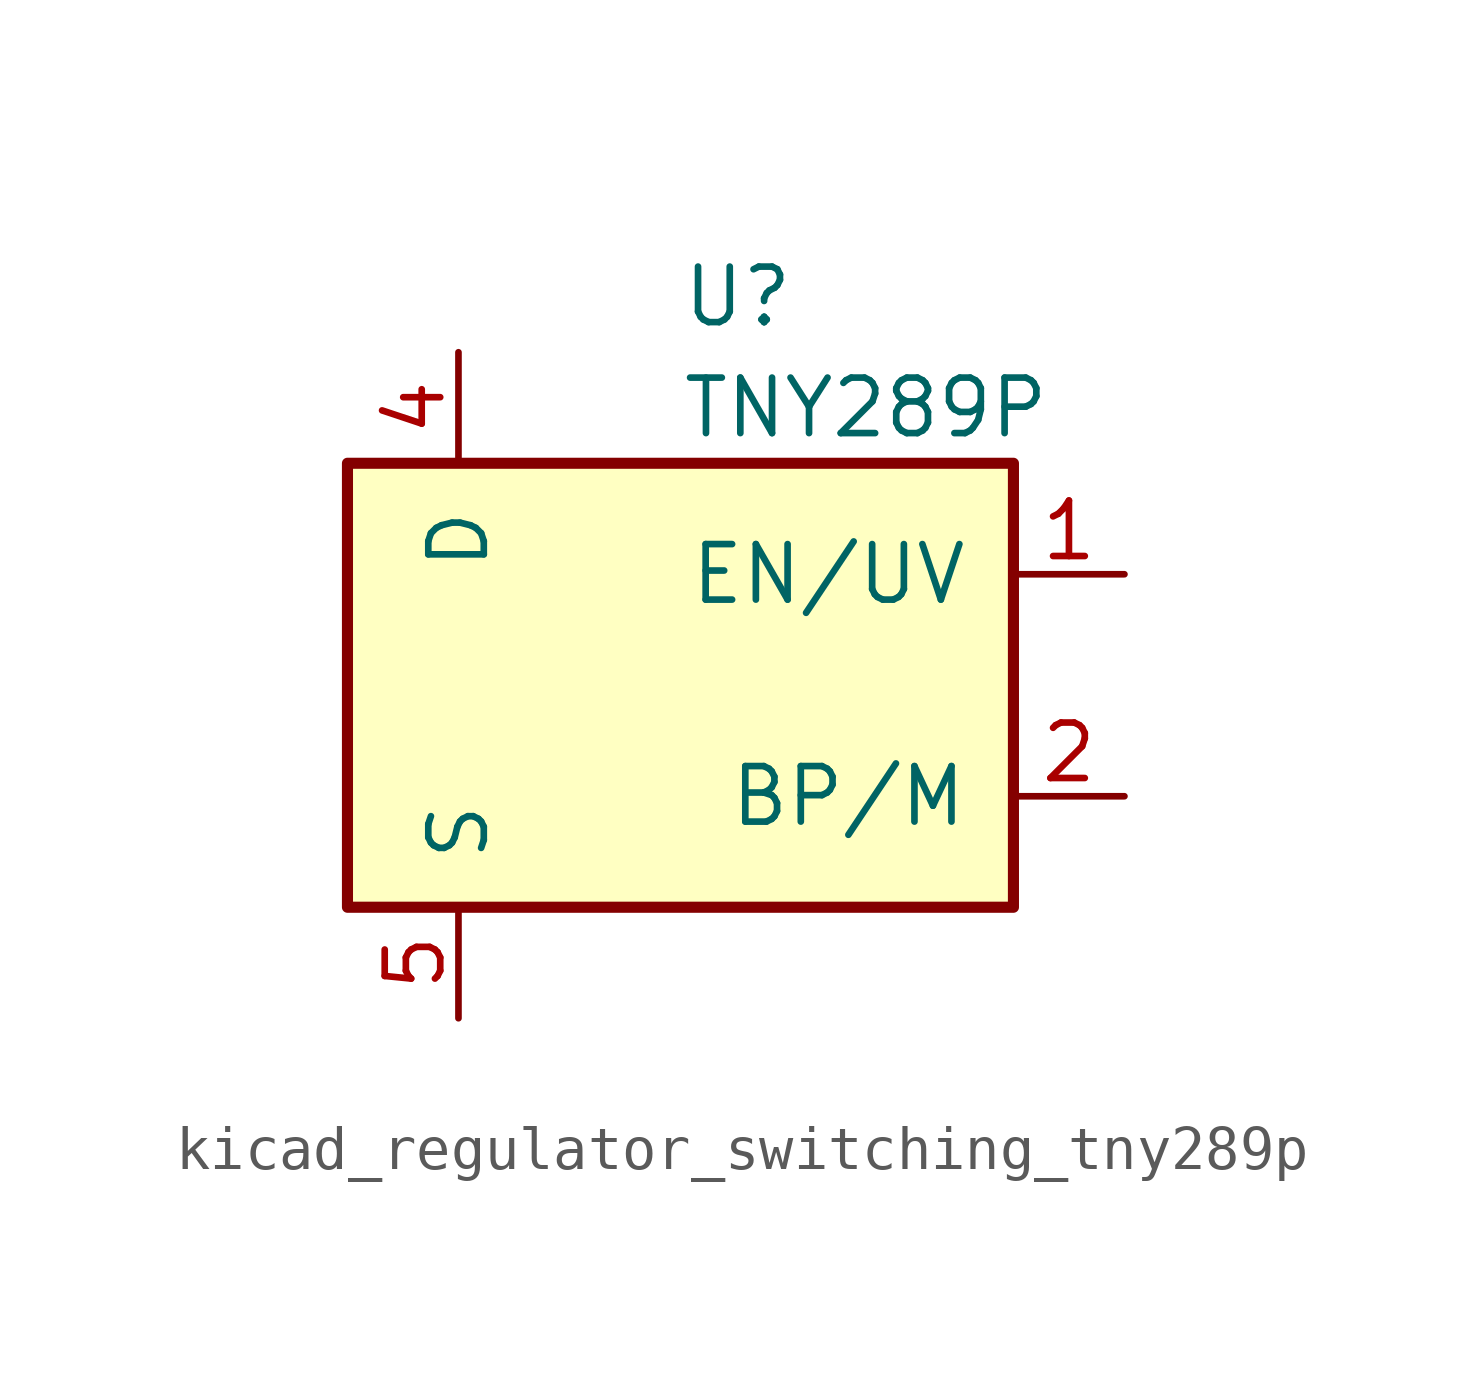
<source format=kicad_sym>
(kicad_symbol_lib
  (version 20220914)
  (generator kicad_symbol_editor)
  (symbol "kicad_regulator_switching_tny289p"
    (pin_names
      (offset 1.016))
    (property "Reference" "U"
      (at 0 8.89 0)
      (effects (font (size 1.27 1.27)) (justify left)))
    (property "Value" "TNY289P"
      (at 0 6.35 0)
      (effects (font (size 1.27 1.27)) (justify left)))
    (symbol "kicad_regulator_switching_tny289p_0_1"
      (rectangle (start -7.62 5.08) (end 7.62 -5.08) (stroke (width 0.254) (type default)) (fill (type background))))
    (symbol "kicad_regulator_switching_tny289p_1_1"
      (pin input line (at 10.16 2.54 180) (length 2.54) (name "EN/UV" (effects (font (size 1.27 1.27)))) (number "1" (effects (font (size 1.27 1.27)))))
      (pin input line (at 10.16 -2.54 180) (length 2.54) (name "BP/M" (effects (font (size 1.27 1.27)))) (number "2" (effects (font (size 1.27 1.27)))))
      (pin open_collector line (at -5.08 7.62 270) (length 2.54) (name "D" (effects (font (size 1.27 1.27)))) (number "4" (effects (font (size 1.27 1.27)))))
      (pin power_in line (at -5.08 -7.62 90) (length 2.54) (name "S" (effects (font (size 1.27 1.27)))) (number "5" (effects (font (size 1.27 1.27)))))
      (pin passive line (at -5.08 -7.62 90) (length 2.54) hide (name "S" (effects (font (size 1.27 1.27)))) (number "6" (effects (font (size 1.27 1.27)))))
      (pin passive line (at -5.08 -7.62 90) (length 2.54) hide (name "S" (effects (font (size 1.27 1.27)))) (number "7" (effects (font (size 1.27 1.27)))))
      (pin passive line (at -5.08 -7.62 90) (length 2.54) hide (name "S" (effects (font (size 1.27 1.27)))) (number "8" (effects (font (size 1.27 1.27))))))))
</source>
